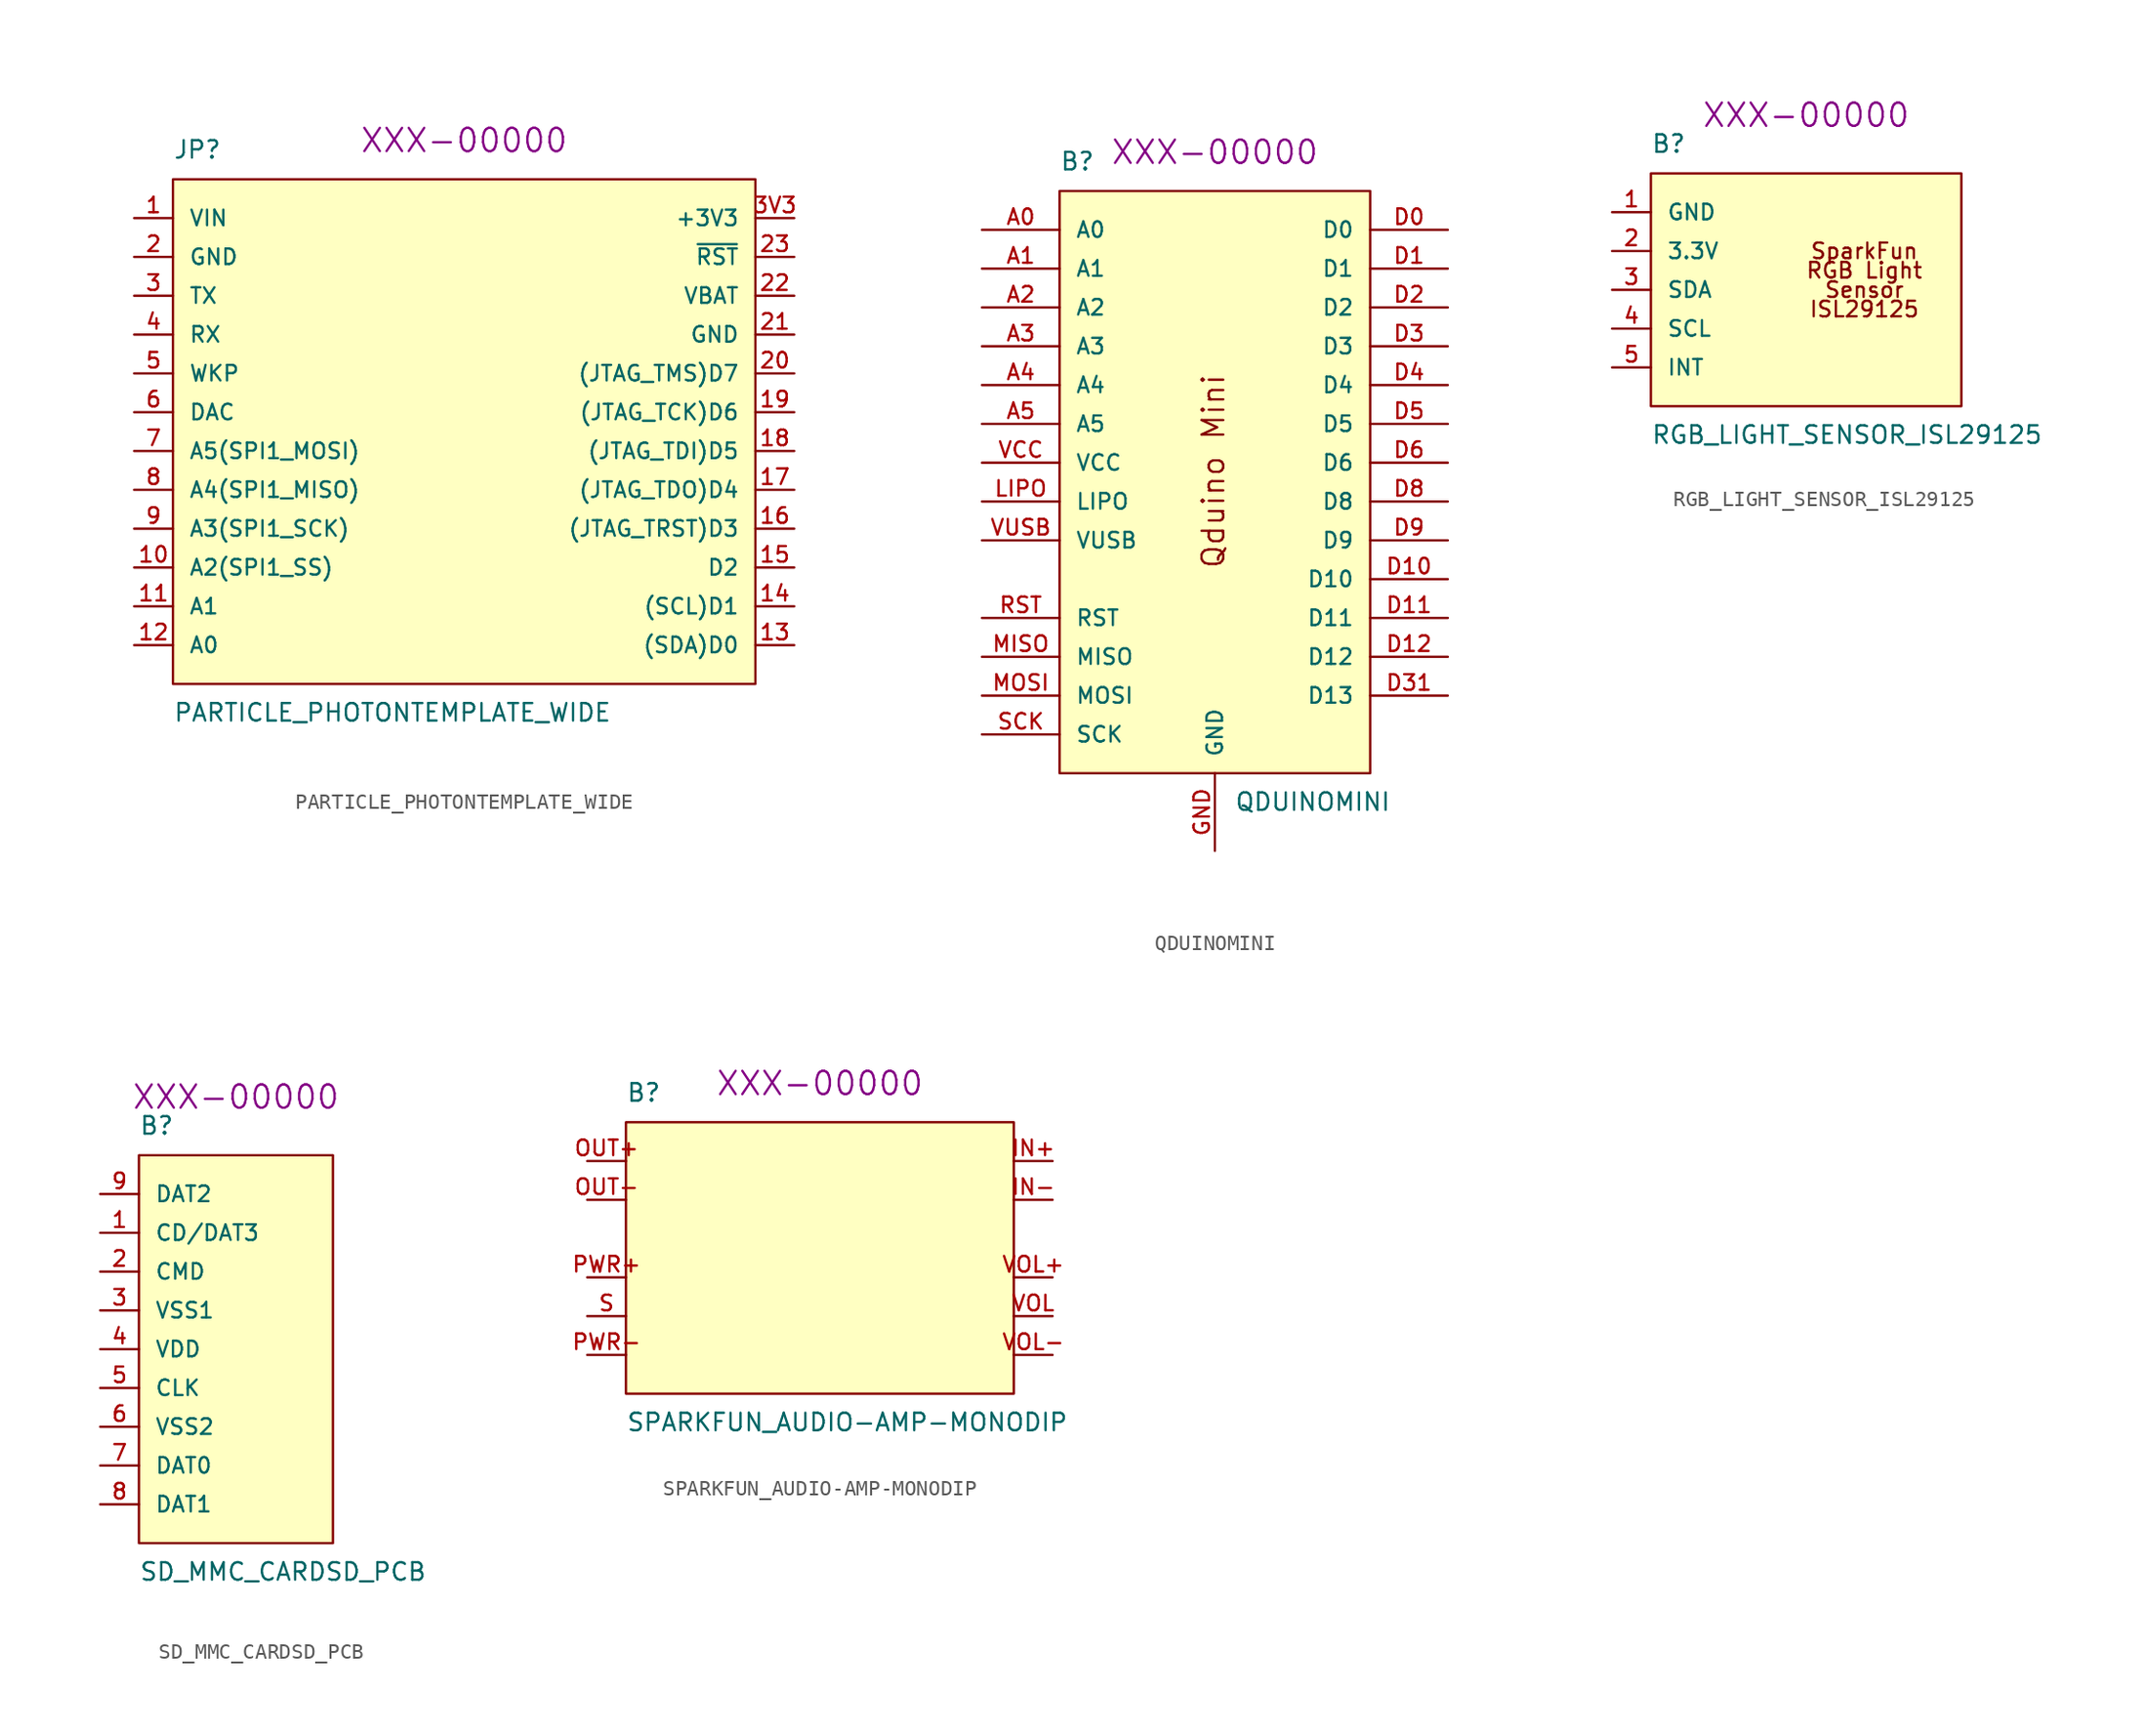
<source format=kicad_sym>
(kicad_symbol_lib
  (version 20211014)
  (generator kicad_symbol_editor)
  (symbol "PARTICLE_PHOTONTEMPLATE_WIDE"
    (pin_names
      (offset 1.016))
    (property "Reference" "JP"
      (at -19.05 17.78 0)
      (effects (font (size 1.143 1.143)) (justify left bottom)))
    (property "Value" "PARTICLE_PHOTONTEMPLATE_WIDE"
      (at -19.05 -19.05 0)
      (effects (font (size 1.143 1.143)) (justify left bottom)))
    (property "Field4" "XXX-00000"
      (at 0 19.05 0)
      (effects (font (size 1.524 1.524))))
    (property "ki_locked" ""
      (at 0 0 0)
      (effects (font (size 1.27 1.27))))
    (symbol "PARTICLE_PHOTONTEMPLATE_WIDE_1_1"
      (polyline (pts (xy -19.05 16.51) (xy -19.05 -16.51) (xy 19.05 -16.51) (xy 19.05 16.51) (xy -19.05 16.51)) (stroke (width 0) (type default) (color 0 0 0 0)) (fill (type background)))
      (pin power_in line (at -21.59 13.97 0) (length 2.54) (name "VIN" (effects (font (size 1.016 1.016)))) (number "1" (effects (font (size 1.016 1.016)))))
      (pin bidirectional line (at -21.59 -8.89 0) (length 2.54) (name "A2(SPI1_SS)" (effects (font (size 1.016 1.016)))) (number "10" (effects (font (size 1.016 1.016)))))
      (pin bidirectional line (at -21.59 -11.43 0) (length 2.54) (name "A1" (effects (font (size 1.016 1.016)))) (number "11" (effects (font (size 1.016 1.016)))))
      (pin bidirectional line (at -21.59 -13.97 0) (length 2.54) (name "A0" (effects (font (size 1.016 1.016)))) (number "12" (effects (font (size 1.016 1.016)))))
      (pin bidirectional line (at 21.59 -13.97 180) (length 2.54) (name "(SDA)D0" (effects (font (size 1.016 1.016)))) (number "13" (effects (font (size 1.016 1.016)))))
      (pin bidirectional line (at 21.59 -11.43 180) (length 2.54) (name "(SCL)D1" (effects (font (size 1.016 1.016)))) (number "14" (effects (font (size 1.016 1.016)))))
      (pin bidirectional line (at 21.59 -8.89 180) (length 2.54) (name "D2" (effects (font (size 1.016 1.016)))) (number "15" (effects (font (size 1.016 1.016)))))
      (pin bidirectional line (at 21.59 -6.35 180) (length 2.54) (name "(JTAG_TRST)D3" (effects (font (size 1.016 1.016)))) (number "16" (effects (font (size 1.016 1.016)))))
      (pin bidirectional line (at 21.59 -3.81 180) (length 2.54) (name "(JTAG_TDO)D4" (effects (font (size 1.016 1.016)))) (number "17" (effects (font (size 1.016 1.016)))))
      (pin bidirectional line (at 21.59 -1.27 180) (length 2.54) (name "(JTAG_TDI)D5" (effects (font (size 1.016 1.016)))) (number "18" (effects (font (size 1.016 1.016)))))
      (pin bidirectional line (at 21.59 1.27 180) (length 2.54) (name "(JTAG_TCK)D6" (effects (font (size 1.016 1.016)))) (number "19" (effects (font (size 1.016 1.016)))))
      (pin power_in line (at -21.59 11.43 0) (length 2.54) (name "GND" (effects (font (size 1.016 1.016)))) (number "2" (effects (font (size 1.016 1.016)))))
      (pin bidirectional line (at 21.59 3.81 180) (length 2.54) (name "(JTAG_TMS)D7" (effects (font (size 1.016 1.016)))) (number "20" (effects (font (size 1.016 1.016)))))
      (pin power_in line (at 21.59 6.35 180) (length 2.54) (name "GND" (effects (font (size 1.016 1.016)))) (number "21" (effects (font (size 1.016 1.016)))))
      (pin power_in line (at 21.59 8.89 180) (length 2.54) (name "VBAT" (effects (font (size 1.016 1.016)))) (number "22" (effects (font (size 1.016 1.016)))))
      (pin bidirectional line (at 21.59 11.43 180) (length 2.54) (name "~{RST}" (effects (font (size 1.016 1.016)))) (number "23" (effects (font (size 1.016 1.016)))))
      (pin power_in line (at 21.59 13.97 180) (length 2.54) hide (name "+3V3" (effects (font (size 1.016 1.016)))) (number "24" (effects (font (size 1.016 1.016)))))
      (pin bidirectional line (at -21.59 8.89 0) (length 2.54) (name "TX" (effects (font (size 1.016 1.016)))) (number "3" (effects (font (size 1.016 1.016)))))
      (pin power_in line (at 21.59 13.97 180) (length 2.54) (name "+3V3" (effects (font (size 1.016 1.016)))) (number "3V3" (effects (font (size 1.016 1.016)))))
      (pin bidirectional line (at -21.59 6.35 0) (length 2.54) (name "RX" (effects (font (size 1.016 1.016)))) (number "4" (effects (font (size 1.016 1.016)))))
      (pin bidirectional line (at -21.59 3.81 0) (length 2.54) (name "WKP" (effects (font (size 1.016 1.016)))) (number "5" (effects (font (size 1.016 1.016)))))
      (pin bidirectional line (at -21.59 1.27 0) (length 2.54) (name "DAC" (effects (font (size 1.016 1.016)))) (number "6" (effects (font (size 1.016 1.016)))))
      (pin bidirectional line (at -21.59 -1.27 0) (length 2.54) (name "A5(SPI1_MOSI)" (effects (font (size 1.016 1.016)))) (number "7" (effects (font (size 1.016 1.016)))))
      (pin bidirectional line (at -21.59 -3.81 0) (length 2.54) (name "A4(SPI1_MISO)" (effects (font (size 1.016 1.016)))) (number "8" (effects (font (size 1.016 1.016)))))
      (pin bidirectional line (at -21.59 -6.35 0) (length 2.54) (name "A3(SPI1_SCK)" (effects (font (size 1.016 1.016)))) (number "9" (effects (font (size 1.016 1.016)))))
      (pin bidirectional line (at -21.59 -13.97 0) (length 2.54) hide (name "A0" (effects (font (size 1.016 1.016)))) (number "A0" (effects (font (size 1.016 1.016)))))
      (pin bidirectional line (at -21.59 -11.43 0) (length 2.54) hide (name "A1" (effects (font (size 1.016 1.016)))) (number "A1" (effects (font (size 1.016 1.016)))))
      (pin bidirectional line (at -21.59 -8.89 0) (length 2.54) hide (name "A2(SPI1_SS)" (effects (font (size 1.016 1.016)))) (number "A2" (effects (font (size 1.016 1.016)))))
      (pin bidirectional line (at -21.59 -6.35 0) (length 2.54) hide (name "A3(SPI1_SCK)" (effects (font (size 1.016 1.016)))) (number "A3" (effects (font (size 1.016 1.016)))))
      (pin bidirectional line (at -21.59 -3.81 0) (length 2.54) hide (name "A4(SPI1_MISO)" (effects (font (size 1.016 1.016)))) (number "A4" (effects (font (size 1.016 1.016)))))
      (pin bidirectional line (at -21.59 -1.27 0) (length 2.54) hide (name "A5(SPI1_MOSI)" (effects (font (size 1.016 1.016)))) (number "A5" (effects (font (size 1.016 1.016)))))
      (pin bidirectional line (at 21.59 -13.97 180) (length 2.54) hide (name "(SDA)D0" (effects (font (size 1.016 1.016)))) (number "D0" (effects (font (size 1.016 1.016)))))
      (pin bidirectional line (at 21.59 -11.43 180) (length 2.54) hide (name "(SCL)D1" (effects (font (size 1.016 1.016)))) (number "D1" (effects (font (size 1.016 1.016)))))
      (pin bidirectional line (at 21.59 -8.89 180) (length 2.54) hide (name "D2" (effects (font (size 1.016 1.016)))) (number "D2" (effects (font (size 1.016 1.016)))))
      (pin bidirectional line (at 21.59 -6.35 180) (length 2.54) hide (name "(JTAG_TRST)D3" (effects (font (size 1.016 1.016)))) (number "D3" (effects (font (size 1.016 1.016)))))
      (pin bidirectional line (at 21.59 -3.81 180) (length 2.54) hide (name "(JTAG_TDO)D4" (effects (font (size 1.016 1.016)))) (number "D4" (effects (font (size 1.016 1.016)))))
      (pin bidirectional line (at 21.59 -1.27 180) (length 2.54) hide (name "(JTAG_TDI)D5" (effects (font (size 1.016 1.016)))) (number "D5" (effects (font (size 1.016 1.016)))))
      (pin bidirectional line (at 21.59 1.27 180) (length 2.54) hide (name "(JTAG_TCK)D6" (effects (font (size 1.016 1.016)))) (number "D6" (effects (font (size 1.016 1.016)))))
      (pin bidirectional line (at 21.59 3.81 180) (length 2.54) hide (name "(JTAG_TMS)D7" (effects (font (size 1.016 1.016)))) (number "D7" (effects (font (size 1.016 1.016)))))
      (pin bidirectional line (at -21.59 1.27 0) (length 2.54) hide (name "DAC" (effects (font (size 1.016 1.016)))) (number "DAC" (effects (font (size 1.016 1.016)))))
      (pin power_in line (at -21.59 11.43 0) (length 2.54) hide (name "GND" (effects (font (size 1.016 1.016)))) (number "GND@" (effects (font (size 1.016 1.016)))))
      (pin power_in line (at 21.59 6.35 180) (length 2.54) hide (name "GND" (effects (font (size 1.016 1.016)))) (number "GND@" (effects (font (size 1.016 1.016)))))
      (pin bidirectional line (at 21.59 11.43 180) (length 2.54) hide (name "~{RST}" (effects (font (size 1.016 1.016)))) (number "RST" (effects (font (size 1.016 1.016)))))
      (pin bidirectional line (at -21.59 6.35 0) (length 2.54) hide (name "RX" (effects (font (size 1.016 1.016)))) (number "RX" (effects (font (size 1.016 1.016)))))
      (pin bidirectional line (at -21.59 8.89 0) (length 2.54) hide (name "TX" (effects (font (size 1.016 1.016)))) (number "TX" (effects (font (size 1.016 1.016)))))
      (pin power_in line (at 21.59 8.89 180) (length 2.54) hide (name "VBAT" (effects (font (size 1.016 1.016)))) (number "VBAT" (effects (font (size 1.016 1.016)))))
      (pin power_in line (at -21.59 13.97 0) (length 2.54) hide (name "VIN" (effects (font (size 1.016 1.016)))) (number "VIN" (effects (font (size 1.016 1.016)))))
      (pin bidirectional line (at -21.59 3.81 0) (length 2.54) hide (name "WKP" (effects (font (size 1.016 1.016)))) (number "WKP" (effects (font (size 1.016 1.016)))))))
  (symbol "QDUINOMINI"
    (pin_names
      (offset 1.016))
    (property "Reference" "B"
      (at -10.16 19.05 0)
      (effects (font (size 1.143 1.143)) (justify left bottom)))
    (property "Value" "QDUINOMINI"
      (at 1.27 -22.86 0)
      (effects (font (size 1.143 1.143)) (justify left bottom)))
    (property "Field4" "XXX-00000"
      (at 0 20.32 0)
      (effects (font (size 1.524 1.524))))
    (property "ki_locked" ""
      (at 0 0 0)
      (effects (font (size 1.27 1.27))))
    (symbol "QDUINOMINI_1_0"
      (text "Qduino Mini" (at -0.102 -0.559 900) (effects (font (size 1.422 1.422)))))
    (symbol "QDUINOMINI_1_1"
      (polyline (pts (xy -10.16 17.78) (xy 10.16 17.78) (xy 10.16 -20.32) (xy -10.16 -20.32) (xy -10.16 17.78)) (stroke (width 0) (type default) (color 0 0 0 0)) (fill (type background)))
      (pin bidirectional line (at -15.24 15.24 0) (length 5.08) (name "A0" (effects (font (size 1.016 1.016)))) (number "A0" (effects (font (size 1.016 1.016)))))
      (pin bidirectional line (at -15.24 12.7 0) (length 5.08) (name "A1" (effects (font (size 1.016 1.016)))) (number "A1" (effects (font (size 1.016 1.016)))))
      (pin bidirectional line (at -15.24 10.16 0) (length 5.08) (name "A2" (effects (font (size 1.016 1.016)))) (number "A2" (effects (font (size 1.016 1.016)))))
      (pin bidirectional line (at -15.24 7.62 0) (length 5.08) (name "A3" (effects (font (size 1.016 1.016)))) (number "A3" (effects (font (size 1.016 1.016)))))
      (pin bidirectional line (at -15.24 5.08 0) (length 5.08) (name "A4" (effects (font (size 1.016 1.016)))) (number "A4" (effects (font (size 1.016 1.016)))))
      (pin bidirectional line (at -15.24 2.54 0) (length 5.08) (name "A5" (effects (font (size 1.016 1.016)))) (number "A5" (effects (font (size 1.016 1.016)))))
      (pin bidirectional line (at 15.24 15.24 180) (length 5.08) (name "D0" (effects (font (size 1.016 1.016)))) (number "D0" (effects (font (size 1.016 1.016)))))
      (pin bidirectional line (at 15.24 12.7 180) (length 5.08) (name "D1" (effects (font (size 1.016 1.016)))) (number "D1" (effects (font (size 1.016 1.016)))))
      (pin bidirectional line (at 15.24 -7.62 180) (length 5.08) (name "D10" (effects (font (size 1.016 1.016)))) (number "D10" (effects (font (size 1.016 1.016)))))
      (pin bidirectional line (at 15.24 -10.16 180) (length 5.08) (name "D11" (effects (font (size 1.016 1.016)))) (number "D11" (effects (font (size 1.016 1.016)))))
      (pin bidirectional line (at 15.24 -12.7 180) (length 5.08) (name "D12" (effects (font (size 1.016 1.016)))) (number "D12" (effects (font (size 1.016 1.016)))))
      (pin bidirectional line (at 15.24 10.16 180) (length 5.08) (name "D2" (effects (font (size 1.016 1.016)))) (number "D2" (effects (font (size 1.016 1.016)))))
      (pin bidirectional line (at 15.24 7.62 180) (length 5.08) (name "D3" (effects (font (size 1.016 1.016)))) (number "D3" (effects (font (size 1.016 1.016)))))
      (pin bidirectional line (at 15.24 -15.24 180) (length 5.08) (name "D13" (effects (font (size 1.016 1.016)))) (number "D31" (effects (font (size 1.016 1.016)))))
      (pin bidirectional line (at 15.24 5.08 180) (length 5.08) (name "D4" (effects (font (size 1.016 1.016)))) (number "D4" (effects (font (size 1.016 1.016)))))
      (pin bidirectional line (at 15.24 2.54 180) (length 5.08) (name "D5" (effects (font (size 1.016 1.016)))) (number "D5" (effects (font (size 1.016 1.016)))))
      (pin bidirectional line (at 15.24 0 180) (length 5.08) (name "D6" (effects (font (size 1.016 1.016)))) (number "D6" (effects (font (size 1.016 1.016)))))
      (pin bidirectional line (at 15.24 -2.54 180) (length 5.08) (name "D8" (effects (font (size 1.016 1.016)))) (number "D8" (effects (font (size 1.016 1.016)))))
      (pin bidirectional line (at 15.24 -5.08 180) (length 5.08) (name "D9" (effects (font (size 1.016 1.016)))) (number "D9" (effects (font (size 1.016 1.016)))))
      (pin bidirectional line (at 0 -25.4 90) (length 5.08) (name "GND" (effects (font (size 1.016 1.016)))) (number "GND" (effects (font (size 1.016 1.016)))))
      (pin bidirectional line (at -15.24 -2.54 0) (length 5.08) (name "LIPO" (effects (font (size 1.016 1.016)))) (number "LIPO" (effects (font (size 1.016 1.016)))))
      (pin bidirectional line (at -15.24 -12.7 0) (length 5.08) (name "MISO" (effects (font (size 1.016 1.016)))) (number "MISO" (effects (font (size 1.016 1.016)))))
      (pin bidirectional line (at -15.24 -15.24 0) (length 5.08) (name "MOSI" (effects (font (size 1.016 1.016)))) (number "MOSI" (effects (font (size 1.016 1.016)))))
      (pin bidirectional line (at -15.24 -10.16 0) (length 5.08) (name "RST" (effects (font (size 1.016 1.016)))) (number "RST" (effects (font (size 1.016 1.016)))))
      (pin bidirectional line (at -15.24 -17.78 0) (length 5.08) (name "SCK" (effects (font (size 1.016 1.016)))) (number "SCK" (effects (font (size 1.016 1.016)))))
      (pin bidirectional line (at -15.24 0 0) (length 5.08) (name "VCC" (effects (font (size 1.016 1.016)))) (number "VCC" (effects (font (size 1.016 1.016)))))
      (pin bidirectional line (at -15.24 -5.08 0) (length 5.08) (name "VUSB" (effects (font (size 1.016 1.016)))) (number "VUSB" (effects (font (size 1.016 1.016)))))))
  (symbol "RGB_LIGHT_SENSOR_ISL29125"
    (pin_names
      (offset 1.016))
    (property "Reference" "B"
      (at -10.16 8.89 0)
      (effects (font (size 1.143 1.143)) (justify left bottom)))
    (property "Value" "RGB_LIGHT_SENSOR_ISL29125"
      (at -10.16 -10.16 0)
      (effects (font (size 1.143 1.143)) (justify left bottom)))
    (property "Field4" "XXX-00000"
      (at 0 11.43 0)
      (effects (font (size 1.524 1.524))))
    (property "ki_locked" ""
      (at 0 0 0)
      (effects (font (size 1.27 1.27))))
    (symbol "RGB_LIGHT_SENSOR_ISL29125_0_0"
      (text "ISL29125" (at 3.81 -1.27 0) (effects (font (size 1.016 1.016))))
      (text "RGB Light" (at 3.81 1.27 0) (effects (font (size 1.016 1.016))))
      (text "Sensor" (at 3.81 0 0) (effects (font (size 1.016 1.016))))
      (text "SparkFun" (at 3.81 2.54 0) (effects (font (size 1.016 1.016)))))
    (symbol "RGB_LIGHT_SENSOR_ISL29125_1_1"
      (polyline (pts (xy -10.16 7.62) (xy -10.16 -7.62) (xy 10.16 -7.62) (xy 10.16 7.62) (xy -10.16 7.62)) (stroke (width 0) (type default) (color 0 0 0 0)) (fill (type background)))
      (pin power_in line (at -12.7 5.08 0) (length 2.54) (name "GND" (effects (font (size 1.016 1.016)))) (number "1" (effects (font (size 1.016 1.016)))))
      (pin power_in line (at -12.7 2.54 0) (length 2.54) (name "3.3V" (effects (font (size 1.016 1.016)))) (number "2" (effects (font (size 1.016 1.016)))))
      (pin bidirectional line (at -12.7 0 0) (length 2.54) (name "SDA" (effects (font (size 1.016 1.016)))) (number "3" (effects (font (size 1.016 1.016)))))
      (pin bidirectional line (at -12.7 -2.54 0) (length 2.54) (name "SCL" (effects (font (size 1.016 1.016)))) (number "4" (effects (font (size 1.016 1.016)))))
      (pin bidirectional line (at -12.7 -5.08 0) (length 2.54) (name "INT" (effects (font (size 1.016 1.016)))) (number "5" (effects (font (size 1.016 1.016)))))))
  (symbol "SD_MMC_CARDSD_PCB"
    (pin_names
      (offset 1.016))
    (property "Reference" "B"
      (at -6.35 13.97 0)
      (effects (font (size 1.143 1.143)) (justify left bottom)))
    (property "Value" "SD_MMC_CARDSD_PCB"
      (at -6.35 -15.24 0)
      (effects (font (size 1.143 1.143)) (justify left bottom)))
    (property "Field4" "XXX-00000"
      (at 0 16.51 0)
      (effects (font (size 1.524 1.524))))
    (property "ki_locked" ""
      (at 0 0 0)
      (effects (font (size 1.27 1.27))))
    (symbol "SD_MMC_CARDSD_PCB_1_1"
      (polyline (pts (xy -6.35 -12.7) (xy 6.35 -12.7) (xy 6.35 12.7) (xy -6.35 12.7) (xy -6.35 -12.7)) (stroke (width 0) (type default) (color 0 0 0 0)) (fill (type background)))
      (pin bidirectional line (at -8.89 7.62 0) (length 2.54) (name "CD/DAT3" (effects (font (size 1.016 1.016)))) (number "1" (effects (font (size 1.016 1.016)))))
      (pin bidirectional line (at -8.89 5.08 0) (length 2.54) (name "CMD" (effects (font (size 1.016 1.016)))) (number "2" (effects (font (size 1.016 1.016)))))
      (pin bidirectional line (at -8.89 2.54 0) (length 2.54) (name "VSS1" (effects (font (size 1.016 1.016)))) (number "3" (effects (font (size 1.016 1.016)))))
      (pin bidirectional line (at -8.89 0 0) (length 2.54) (name "VDD" (effects (font (size 1.016 1.016)))) (number "4" (effects (font (size 1.016 1.016)))))
      (pin bidirectional line (at -8.89 -2.54 0) (length 2.54) (name "CLK" (effects (font (size 1.016 1.016)))) (number "5" (effects (font (size 1.016 1.016)))))
      (pin bidirectional line (at -8.89 -5.08 0) (length 2.54) (name "VSS2" (effects (font (size 1.016 1.016)))) (number "6" (effects (font (size 1.016 1.016)))))
      (pin bidirectional line (at -8.89 -7.62 0) (length 2.54) (name "DAT0" (effects (font (size 1.016 1.016)))) (number "7" (effects (font (size 1.016 1.016)))))
      (pin bidirectional line (at -8.89 -10.16 0) (length 2.54) (name "DAT1" (effects (font (size 1.016 1.016)))) (number "8" (effects (font (size 1.016 1.016)))))
      (pin bidirectional line (at -8.89 10.16 0) (length 2.54) (name "DAT2" (effects (font (size 1.016 1.016)))) (number "9" (effects (font (size 1.016 1.016)))))))
  (symbol "SPARKFUN_AUDIO-AMP-MONODIP"
    (pin_names
      (offset 1.016) hide)
    (property "Reference" "B"
      (at -12.7 10.16 0)
      (effects (font (size 1.143 1.143)) (justify left bottom)))
    (property "Value" "SPARKFUN_AUDIO-AMP-MONODIP"
      (at -12.7 -11.43 0)
      (effects (font (size 1.143 1.143)) (justify left bottom)))
    (property "Field4" "XXX-00000"
      (at 0 11.43 0)
      (effects (font (size 1.524 1.524))))
    (property "ki_locked" ""
      (at 0 0 0)
      (effects (font (size 1.27 1.27))))
    (symbol "SPARKFUN_AUDIO-AMP-MONODIP_1_1"
      (polyline (pts (xy -12.7 8.89) (xy 12.7 8.89) (xy 12.7 -8.89) (xy -12.7 -8.89) (xy -12.7 8.89)) (stroke (width 0) (type default) (color 0 0 0 0)) (fill (type background)))
      (pin bidirectional line (at 15.24 6.35 180) (length 2.54) (name "IN+" (effects (font (size 1.016 1.016)))) (number "IN+" (effects (font (size 1.016 1.016)))))
      (pin bidirectional line (at 15.24 3.81 180) (length 2.54) (name "IN-" (effects (font (size 1.016 1.016)))) (number "IN-" (effects (font (size 1.016 1.016)))))
      (pin bidirectional line (at -15.24 6.35 0) (length 2.54) (name "OUT+" (effects (font (size 1.016 1.016)))) (number "OUT+" (effects (font (size 1.016 1.016)))))
      (pin bidirectional line (at -15.24 3.81 0) (length 2.54) (name "OUT-" (effects (font (size 1.016 1.016)))) (number "OUT-" (effects (font (size 1.016 1.016)))))
      (pin bidirectional line (at -15.24 -1.27 0) (length 2.54) (name "VCC" (effects (font (size 1.016 1.016)))) (number "PWR+" (effects (font (size 1.016 1.016)))))
      (pin bidirectional line (at -15.24 -6.35 0) (length 2.54) (name "GND" (effects (font (size 1.016 1.016)))) (number "PWR-" (effects (font (size 1.016 1.016)))))
      (pin bidirectional line (at -15.24 -3.81 0) (length 2.54) (name "*SHTDWN" (effects (font (size 1.016 1.016)))) (number "S" (effects (font (size 1.016 1.016)))))
      (pin bidirectional line (at 15.24 -3.81 180) (length 2.54) (name "VOL" (effects (font (size 1.016 1.016)))) (number "VOL" (effects (font (size 1.016 1.016)))))
      (pin bidirectional line (at 15.24 -1.27 180) (length 2.54) (name "VCC" (effects (font (size 1.016 1.016)))) (number "VOL+" (effects (font (size 1.016 1.016)))))
      (pin bidirectional line (at 15.24 -6.35 180) (length 2.54) (name "GND" (effects (font (size 1.016 1.016)))) (number "VOL-" (effects (font (size 1.016 1.016))))))))
</source>
